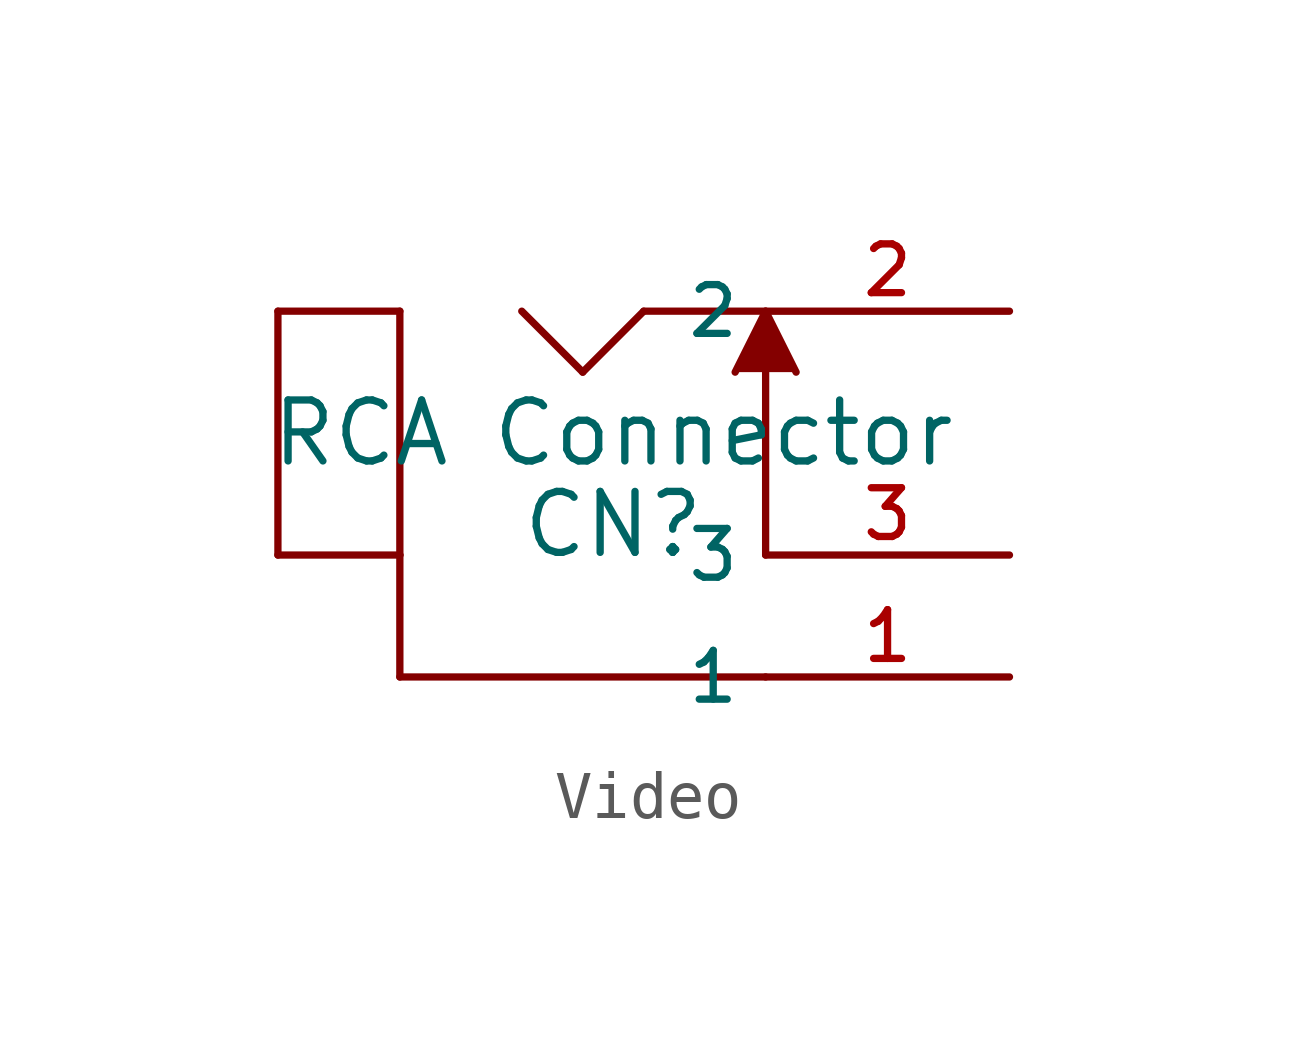
<source format=kicad_sym>
(kicad_symbol_lib
  (version 20220914)
  (generator kicad_symbol_editor)
  (symbol "Video"
    (property "Reference" "CN"
      (at 0 -0.635 0)
      (effects (font (size 1.27 1.27))))
    (property "Value" "RCA Connector"
      (at 0 1.27 0)
      (effects (font (size 1.27 1.27))))
    (symbol "Video_0_0"
      (polyline (pts (xy -6.985 -1.27) (xy -6.985 3.81)) (stroke (width 0.152) (type default)) (fill (type none)))
      (polyline (pts (xy -6.985 3.81) (xy -4.445 3.81)) (stroke (width 0.152) (type default)) (fill (type none)))
      (polyline (pts (xy -4.445 -3.81) (xy 3.175 -3.81)) (stroke (width 0.152) (type default)) (fill (type none)))
      (polyline (pts (xy -4.445 -1.27) (xy -6.985 -1.27)) (stroke (width 0.152) (type default)) (fill (type none)))
      (polyline (pts (xy -4.445 -1.27) (xy -4.445 -3.81)) (stroke (width 0.152) (type default)) (fill (type none)))
      (polyline (pts (xy -4.445 3.81) (xy -4.445 -1.27)) (stroke (width 0.152) (type default)) (fill (type none)))
      (polyline (pts (xy -1.905 3.81) (xy -0.635 2.54)) (stroke (width 0.152) (type default)) (fill (type none)))
      (polyline (pts (xy -0.635 2.54) (xy 0.635 3.81)) (stroke (width 0.152) (type default)) (fill (type none)))
      (polyline (pts (xy 0.635 3.81) (xy 3.175 3.81)) (stroke (width 0.152) (type default)) (fill (type none)))
      (polyline (pts (xy 3.175 2.54) (xy 3.175 -1.27)) (stroke (width 0.152) (type default)) (fill (type none)))
      (polyline (pts (xy 2.54 2.54) (xy 3.175 3.81) (xy 3.81 2.54)) (stroke (width 0.152) (type default)) (fill (type outline)))
      (pin passive line (at 8.255 -3.81 180) (length 5.08) (name "1" (effects (font (size 1.016 1.016)))) (number "1" (effects (font (size 1.016 1.016)))))
      (pin passive line (at 8.255 3.81 180) (length 5.08) (name "2" (effects (font (size 1.016 1.016)))) (number "2" (effects (font (size 1.016 1.016)))))
      (pin passive line (at 8.255 -1.27 180) (length 5.08) (name "3" (effects (font (size 1.016 1.016)))) (number "3" (effects (font (size 1.016 1.016))))))))
</source>
